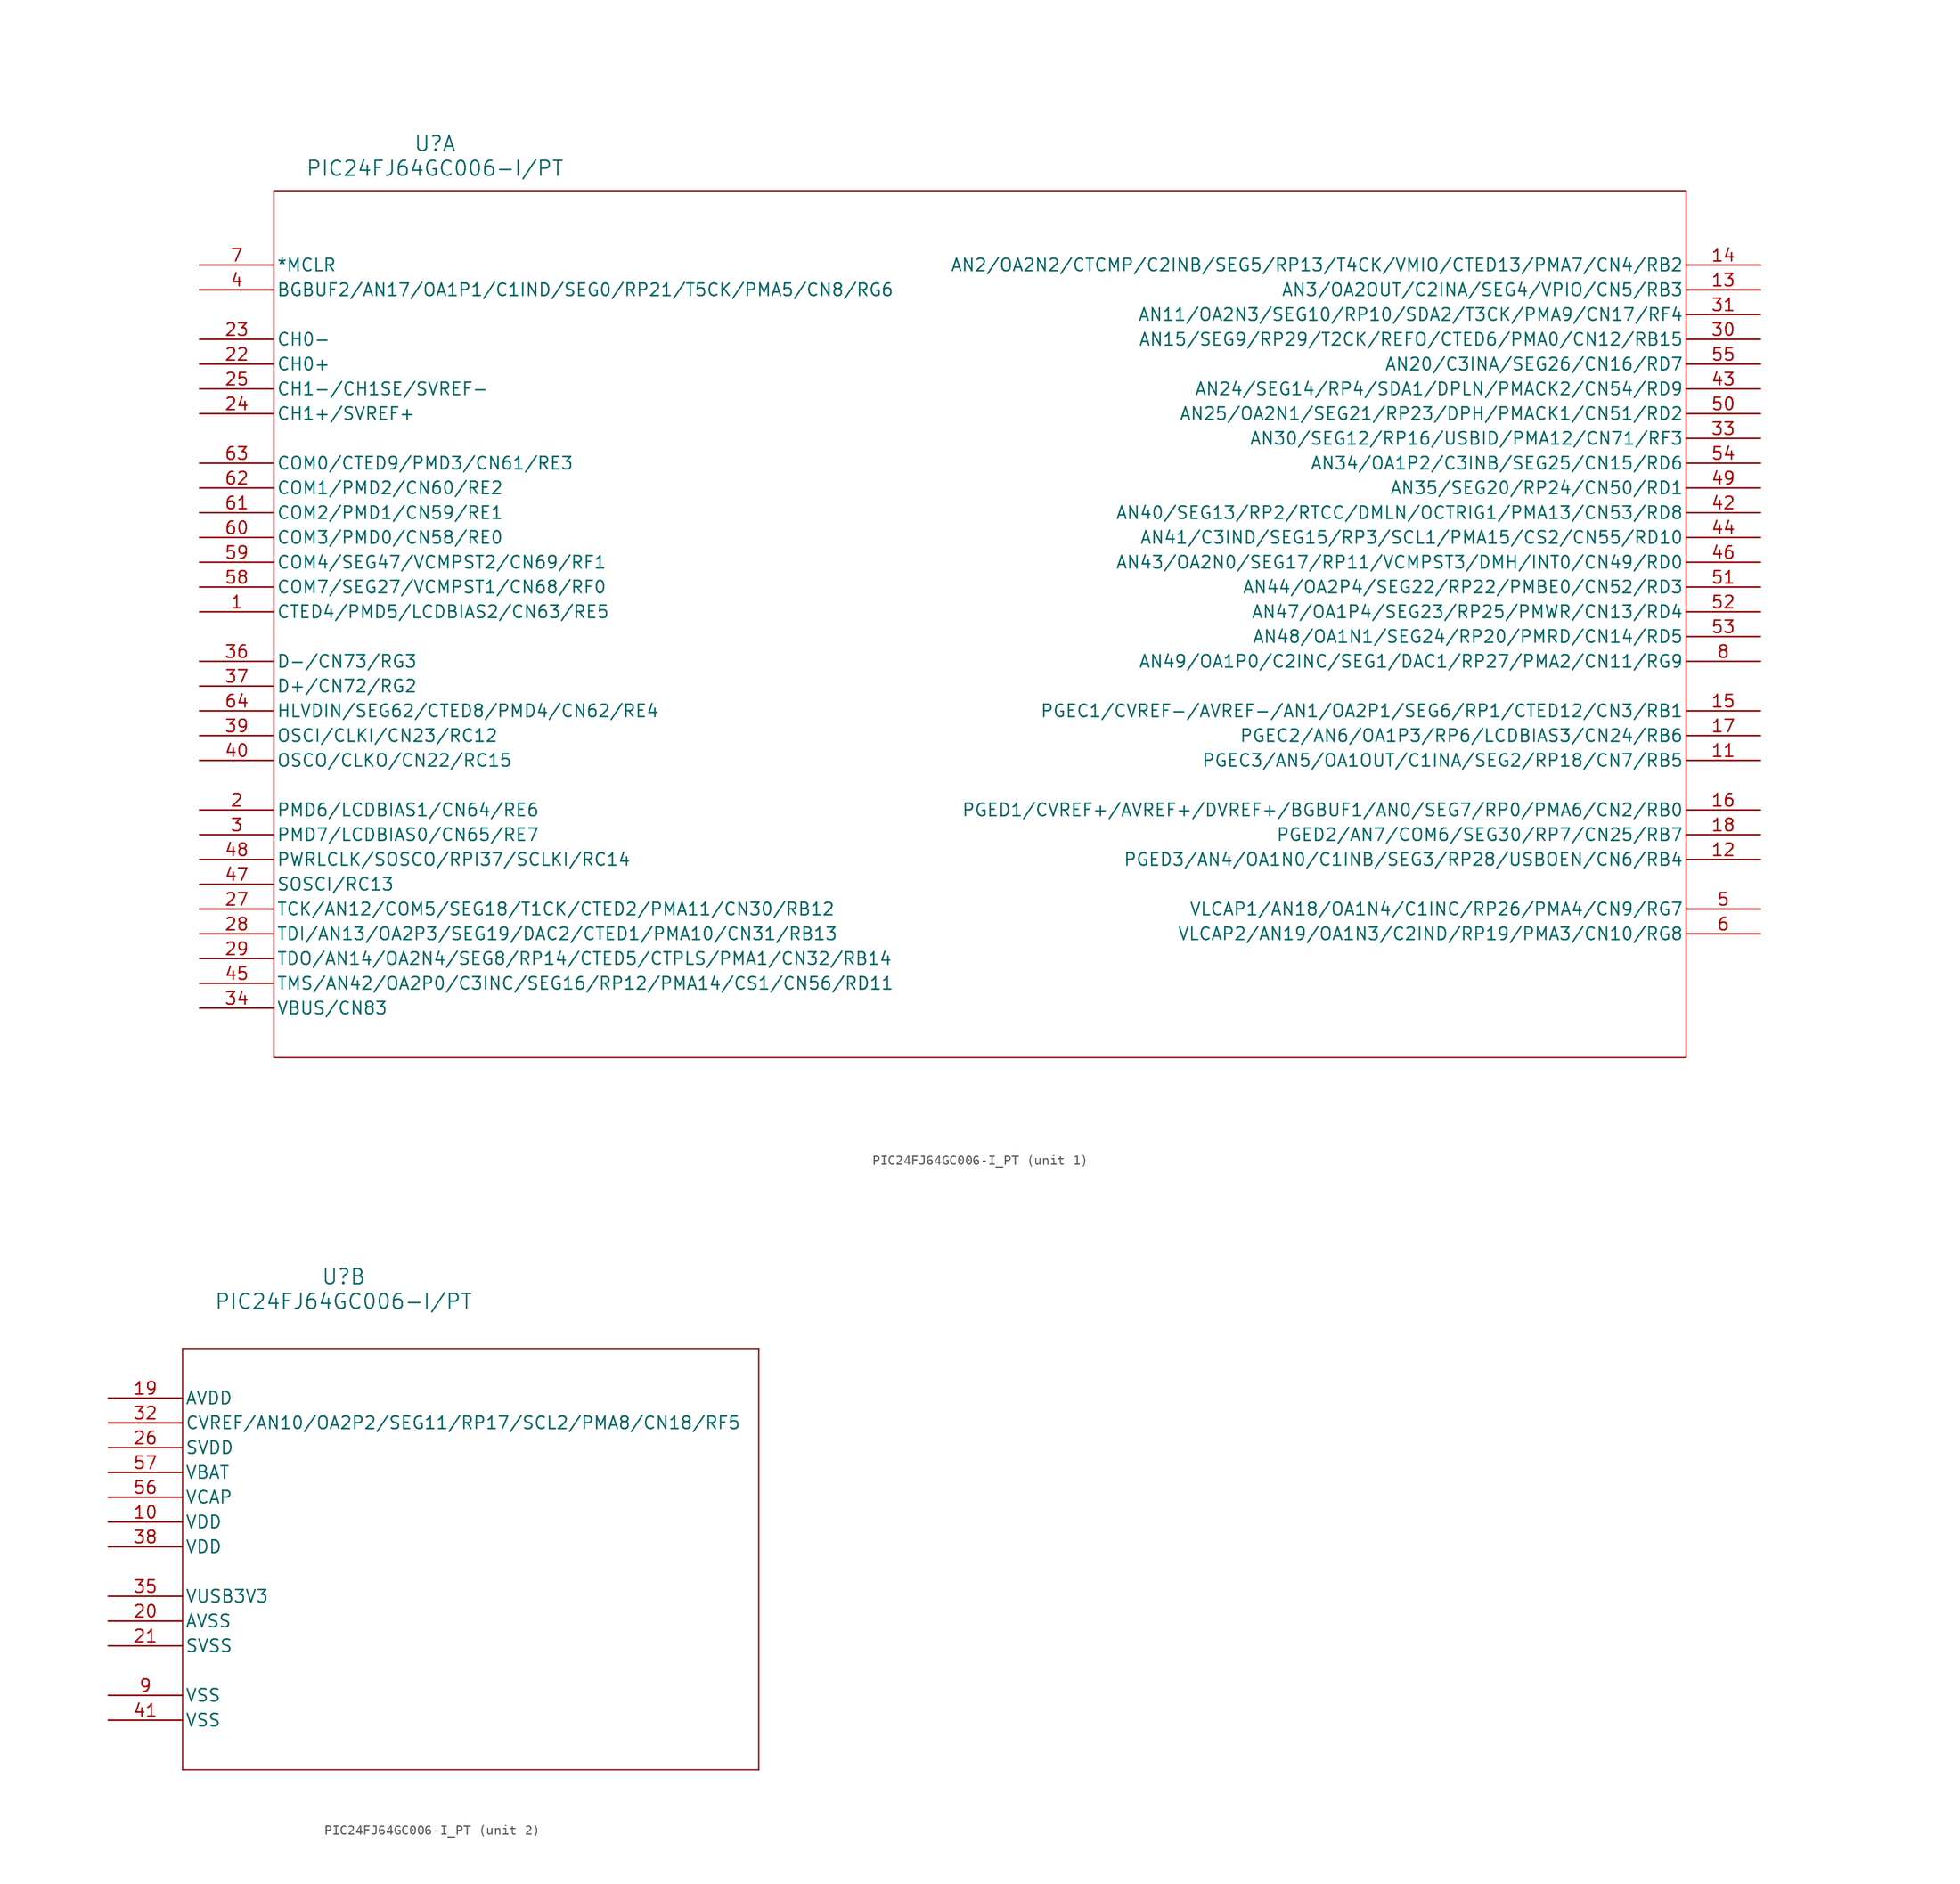
<source format=kicad_sym>
(kicad_symbol_lib
  (version 20231120)
  (generator "kicad_symbol_editor")
  (generator_version "8.0")
  (symbol "PIC24FJ64GC006-I_PT"
    (pin_names
      (offset 0.254))
    (property "Reference" "U"
      (at 24.13 12.446 0)
      (effects (font (size 1.524 1.524))))
    (property "Value" "PIC24FJ64GC006-I/PT"
      (at 24.13 9.906 0)
      (effects (font (size 1.524 1.524))))
    (property "ki_locked" ""
      (at 0 0 0)
      (effects (font (size 1.27 1.27))))
    (symbol "PIC24FJ64GC006-I_PT_1_1"
      (polyline (pts (xy 7.62 -81.28) (xy 152.4 -81.28)) (stroke (width 0.127) (type default)) (fill (type none)))
      (polyline (pts (xy 7.62 7.62) (xy 7.62 -81.28)) (stroke (width 0.127) (type default)) (fill (type none)))
      (polyline (pts (xy 152.4 -81.28) (xy 152.4 7.62)) (stroke (width 0.127) (type default)) (fill (type none)))
      (polyline (pts (xy 152.4 7.62) (xy 7.62 7.62)) (stroke (width 0.127) (type default)) (fill (type none)))
      (pin bidirectional line (at 0 -35.56 0) (length 7.62) (name "CTED4/PMD5/LCDBIAS2/CN63/RE5" (effects (font (size 1.27 1.27)))) (number "1" (effects (font (size 1.27 1.27)))))
      (pin bidirectional line (at 160.02 -50.8 180) (length 7.62) (name "PGEC3/AN5/OA1OUT/C1INA/SEG2/RP18/CN7/RB5" (effects (font (size 1.27 1.27)))) (number "11" (effects (font (size 1.27 1.27)))))
      (pin bidirectional line (at 160.02 -60.96 180) (length 7.62) (name "PGED3/AN4/OA1N0/C1INB/SEG3/RP28/USBOEN/CN6/RB4" (effects (font (size 1.27 1.27)))) (number "12" (effects (font (size 1.27 1.27)))))
      (pin bidirectional line (at 160.02 -2.54 180) (length 7.62) (name "AN3/OA2OUT/C2INA/SEG4/VPIO/CN5/RB3" (effects (font (size 1.27 1.27)))) (number "13" (effects (font (size 1.27 1.27)))))
      (pin bidirectional line (at 160.02 0 180) (length 7.62) (name "AN2/OA2N2/CTCMP/C2INB/SEG5/RP13/T4CK/VMIO/CTED13/PMA7/CN4/RB2" (effects (font (size 1.27 1.27)))) (number "14" (effects (font (size 1.27 1.27)))))
      (pin bidirectional line (at 160.02 -45.72 180) (length 7.62) (name "PGEC1/CVREF-/AVREF-/AN1/OA2P1/SEG6/RP1/CTED12/CN3/RB1" (effects (font (size 1.27 1.27)))) (number "15" (effects (font (size 1.27 1.27)))))
      (pin bidirectional line (at 160.02 -55.88 180) (length 7.62) (name "PGED1/CVREF+/AVREF+/DVREF+/BGBUF1/AN0/SEG7/RP0/PMA6/CN2/RB0" (effects (font (size 1.27 1.27)))) (number "16" (effects (font (size 1.27 1.27)))))
      (pin bidirectional line (at 160.02 -48.26 180) (length 7.62) (name "PGEC2/AN6/OA1P3/RP6/LCDBIAS3/CN24/RB6" (effects (font (size 1.27 1.27)))) (number "17" (effects (font (size 1.27 1.27)))))
      (pin bidirectional line (at 160.02 -58.42 180) (length 7.62) (name "PGED2/AN7/COM6/SEG30/RP7/CN25/RB7" (effects (font (size 1.27 1.27)))) (number "18" (effects (font (size 1.27 1.27)))))
      (pin bidirectional line (at 0 -55.88 0) (length 7.62) (name "PMD6/LCDBIAS1/CN64/RE6" (effects (font (size 1.27 1.27)))) (number "2" (effects (font (size 1.27 1.27)))))
      (pin bidirectional line (at 0 -10.16 0) (length 7.62) (name "CH0+" (effects (font (size 1.27 1.27)))) (number "22" (effects (font (size 1.27 1.27)))))
      (pin bidirectional line (at 0 -7.62 0) (length 7.62) (name "CH0-" (effects (font (size 1.27 1.27)))) (number "23" (effects (font (size 1.27 1.27)))))
      (pin bidirectional line (at 0 -15.24 0) (length 7.62) (name "CH1+/SVREF+" (effects (font (size 1.27 1.27)))) (number "24" (effects (font (size 1.27 1.27)))))
      (pin bidirectional line (at 0 -12.7 0) (length 7.62) (name "CH1-/CH1SE/SVREF-" (effects (font (size 1.27 1.27)))) (number "25" (effects (font (size 1.27 1.27)))))
      (pin bidirectional line (at 0 -66.04 0) (length 7.62) (name "TCK/AN12/COM5/SEG18/T1CK/CTED2/PMA11/CN30/RB12" (effects (font (size 1.27 1.27)))) (number "27" (effects (font (size 1.27 1.27)))))
      (pin bidirectional line (at 0 -68.58 0) (length 7.62) (name "TDI/AN13/OA2P3/SEG19/DAC2/CTED1/PMA10/CN31/RB13" (effects (font (size 1.27 1.27)))) (number "28" (effects (font (size 1.27 1.27)))))
      (pin bidirectional line (at 0 -71.12 0) (length 7.62) (name "TDO/AN14/OA2N4/SEG8/RP14/CTED5/CTPLS/PMA1/CN32/RB14" (effects (font (size 1.27 1.27)))) (number "29" (effects (font (size 1.27 1.27)))))
      (pin bidirectional line (at 0 -58.42 0) (length 7.62) (name "PMD7/LCDBIAS0/CN65/RE7" (effects (font (size 1.27 1.27)))) (number "3" (effects (font (size 1.27 1.27)))))
      (pin bidirectional line (at 160.02 -7.62 180) (length 7.62) (name "AN15/SEG9/RP29/T2CK/REFO/CTED6/PMA0/CN12/RB15" (effects (font (size 1.27 1.27)))) (number "30" (effects (font (size 1.27 1.27)))))
      (pin bidirectional line (at 160.02 -5.08 180) (length 7.62) (name "AN11/OA2N3/SEG10/RP10/SDA2/T3CK/PMA9/CN17/RF4" (effects (font (size 1.27 1.27)))) (number "31" (effects (font (size 1.27 1.27)))))
      (pin bidirectional line (at 160.02 -17.78 180) (length 7.62) (name "AN30/SEG12/RP16/USBID/PMA12/CN71/RF3" (effects (font (size 1.27 1.27)))) (number "33" (effects (font (size 1.27 1.27)))))
      (pin bidirectional line (at 0 -76.2 0) (length 7.62) (name "VBUS/CN83" (effects (font (size 1.27 1.27)))) (number "34" (effects (font (size 1.27 1.27)))))
      (pin bidirectional line (at 0 -40.64 0) (length 7.62) (name "D-/CN73/RG3" (effects (font (size 1.27 1.27)))) (number "36" (effects (font (size 1.27 1.27)))))
      (pin bidirectional line (at 0 -43.18 0) (length 7.62) (name "D+/CN72/RG2" (effects (font (size 1.27 1.27)))) (number "37" (effects (font (size 1.27 1.27)))))
      (pin bidirectional line (at 0 -48.26 0) (length 7.62) (name "OSCI/CLKI/CN23/RC12" (effects (font (size 1.27 1.27)))) (number "39" (effects (font (size 1.27 1.27)))))
      (pin bidirectional line (at 0 -2.54 0) (length 7.62) (name "BGBUF2/AN17/OA1P1/C1IND/SEG0/RP21/T5CK/PMA5/CN8/RG6" (effects (font (size 1.27 1.27)))) (number "4" (effects (font (size 1.27 1.27)))))
      (pin bidirectional line (at 0 -50.8 0) (length 7.62) (name "OSCO/CLKO/CN22/RC15" (effects (font (size 1.27 1.27)))) (number "40" (effects (font (size 1.27 1.27)))))
      (pin bidirectional line (at 160.02 -25.4 180) (length 7.62) (name "AN40/SEG13/RP2/RTCC/DMLN/OCTRIG1/PMA13/CN53/RD8" (effects (font (size 1.27 1.27)))) (number "42" (effects (font (size 1.27 1.27)))))
      (pin bidirectional line (at 160.02 -12.7 180) (length 7.62) (name "AN24/SEG14/RP4/SDA1/DPLN/PMACK2/CN54/RD9" (effects (font (size 1.27 1.27)))) (number "43" (effects (font (size 1.27 1.27)))))
      (pin bidirectional line (at 160.02 -27.94 180) (length 7.62) (name "AN41/C3IND/SEG15/RP3/SCL1/PMA15/CS2/CN55/RD10" (effects (font (size 1.27 1.27)))) (number "44" (effects (font (size 1.27 1.27)))))
      (pin bidirectional line (at 0 -73.66 0) (length 7.62) (name "TMS/AN42/OA2P0/C3INC/SEG16/RP12/PMA14/CS1/CN56/RD11" (effects (font (size 1.27 1.27)))) (number "45" (effects (font (size 1.27 1.27)))))
      (pin bidirectional line (at 160.02 -30.48 180) (length 7.62) (name "AN43/OA2N0/SEG17/RP11/VCMPST3/DMH/INT0/CN49/RD0" (effects (font (size 1.27 1.27)))) (number "46" (effects (font (size 1.27 1.27)))))
      (pin bidirectional line (at 0 -63.5 0) (length 7.62) (name "SOSCI/RC13" (effects (font (size 1.27 1.27)))) (number "47" (effects (font (size 1.27 1.27)))))
      (pin bidirectional line (at 0 -60.96 0) (length 7.62) (name "PWRLCLK/SOSCO/RPI37/SCLKI/RC14" (effects (font (size 1.27 1.27)))) (number "48" (effects (font (size 1.27 1.27)))))
      (pin bidirectional line (at 160.02 -22.86 180) (length 7.62) (name "AN35/SEG20/RP24/CN50/RD1" (effects (font (size 1.27 1.27)))) (number "49" (effects (font (size 1.27 1.27)))))
      (pin bidirectional line (at 160.02 -66.04 180) (length 7.62) (name "VLCAP1/AN18/OA1N4/C1INC/RP26/PMA4/CN9/RG7" (effects (font (size 1.27 1.27)))) (number "5" (effects (font (size 1.27 1.27)))))
      (pin bidirectional line (at 160.02 -15.24 180) (length 7.62) (name "AN25/OA2N1/SEG21/RP23/DPH/PMACK1/CN51/RD2" (effects (font (size 1.27 1.27)))) (number "50" (effects (font (size 1.27 1.27)))))
      (pin bidirectional line (at 160.02 -33.02 180) (length 7.62) (name "AN44/OA2P4/SEG22/RP22/PMBE0/CN52/RD3" (effects (font (size 1.27 1.27)))) (number "51" (effects (font (size 1.27 1.27)))))
      (pin bidirectional line (at 160.02 -35.56 180) (length 7.62) (name "AN47/OA1P4/SEG23/RP25/PMWR/CN13/RD4" (effects (font (size 1.27 1.27)))) (number "52" (effects (font (size 1.27 1.27)))))
      (pin bidirectional line (at 160.02 -38.1 180) (length 7.62) (name "AN48/OA1N1/SEG24/RP20/PMRD/CN14/RD5" (effects (font (size 1.27 1.27)))) (number "53" (effects (font (size 1.27 1.27)))))
      (pin bidirectional line (at 160.02 -20.32 180) (length 7.62) (name "AN34/OA1P2/C3INB/SEG25/CN15/RD6" (effects (font (size 1.27 1.27)))) (number "54" (effects (font (size 1.27 1.27)))))
      (pin bidirectional line (at 160.02 -10.16 180) (length 7.62) (name "AN20/C3INA/SEG26/CN16/RD7" (effects (font (size 1.27 1.27)))) (number "55" (effects (font (size 1.27 1.27)))))
      (pin bidirectional line (at 0 -33.02 0) (length 7.62) (name "COM7/SEG27/VCMPST1/CN68/RF0" (effects (font (size 1.27 1.27)))) (number "58" (effects (font (size 1.27 1.27)))))
      (pin bidirectional line (at 0 -30.48 0) (length 7.62) (name "COM4/SEG47/VCMPST2/CN69/RF1" (effects (font (size 1.27 1.27)))) (number "59" (effects (font (size 1.27 1.27)))))
      (pin bidirectional line (at 160.02 -68.58 180) (length 7.62) (name "VLCAP2/AN19/OA1N3/C2IND/RP19/PMA3/CN10/RG8" (effects (font (size 1.27 1.27)))) (number "6" (effects (font (size 1.27 1.27)))))
      (pin bidirectional line (at 0 -27.94 0) (length 7.62) (name "COM3/PMD0/CN58/RE0" (effects (font (size 1.27 1.27)))) (number "60" (effects (font (size 1.27 1.27)))))
      (pin bidirectional line (at 0 -25.4 0) (length 7.62) (name "COM2/PMD1/CN59/RE1" (effects (font (size 1.27 1.27)))) (number "61" (effects (font (size 1.27 1.27)))))
      (pin bidirectional line (at 0 -22.86 0) (length 7.62) (name "COM1/PMD2/CN60/RE2" (effects (font (size 1.27 1.27)))) (number "62" (effects (font (size 1.27 1.27)))))
      (pin bidirectional line (at 0 -20.32 0) (length 7.62) (name "COM0/CTED9/PMD3/CN61/RE3" (effects (font (size 1.27 1.27)))) (number "63" (effects (font (size 1.27 1.27)))))
      (pin bidirectional line (at 0 -45.72 0) (length 7.62) (name "HLVDIN/SEG62/CTED8/PMD4/CN62/RE4" (effects (font (size 1.27 1.27)))) (number "64" (effects (font (size 1.27 1.27)))))
      (pin bidirectional line (at 0 0 0) (length 7.62) (name "*MCLR" (effects (font (size 1.27 1.27)))) (number "7" (effects (font (size 1.27 1.27)))))
      (pin bidirectional line (at 160.02 -40.64 180) (length 7.62) (name "AN49/OA1P0/C2INC/SEG1/DAC1/RP27/PMA2/CN11/RG9" (effects (font (size 1.27 1.27)))) (number "8" (effects (font (size 1.27 1.27))))))
    (symbol "PIC24FJ64GC006-I_PT_2_1"
      (polyline (pts (xy 7.62 -38.1) (xy 66.675 -38.1)) (stroke (width 0.127) (type default)) (fill (type none)))
      (polyline (pts (xy 7.62 5.08) (xy 7.62 -38.1)) (stroke (width 0.127) (type default)) (fill (type none)))
      (polyline (pts (xy 66.675 -38.1) (xy 66.675 5.08)) (stroke (width 0.127) (type default)) (fill (type none)))
      (polyline (pts (xy 66.675 5.08) (xy 7.62 5.08)) (stroke (width 0.127) (type default)) (fill (type none)))
      (pin power_in line (at 0 -12.7 0) (length 7.62) (name "VDD" (effects (font (size 1.27 1.27)))) (number "10" (effects (font (size 1.27 1.27)))))
      (pin power_in line (at 0 0 0) (length 7.62) (name "AVDD" (effects (font (size 1.27 1.27)))) (number "19" (effects (font (size 1.27 1.27)))))
      (pin power_in line (at 0 -22.86 0) (length 7.62) (name "AVSS" (effects (font (size 1.27 1.27)))) (number "20" (effects (font (size 1.27 1.27)))))
      (pin power_in line (at 0 -25.4 0) (length 7.62) (name "SVSS" (effects (font (size 1.27 1.27)))) (number "21" (effects (font (size 1.27 1.27)))))
      (pin power_in line (at 0 -5.08 0) (length 7.62) (name "SVDD" (effects (font (size 1.27 1.27)))) (number "26" (effects (font (size 1.27 1.27)))))
      (pin bidirectional line (at 0 -2.54 0) (length 7.62) (name "CVREF/AN10/OA2P2/SEG11/RP17/SCL2/PMA8/CN18/RF5" (effects (font (size 1.27 1.27)))) (number "32" (effects (font (size 1.27 1.27)))))
      (pin power_in line (at 0 -20.32 0) (length 7.62) (name "VUSB3V3" (effects (font (size 1.27 1.27)))) (number "35" (effects (font (size 1.27 1.27)))))
      (pin power_in line (at 0 -15.24 0) (length 7.62) (name "VDD" (effects (font (size 1.27 1.27)))) (number "38" (effects (font (size 1.27 1.27)))))
      (pin power_in line (at 0 -33.02 0) (length 7.62) (name "VSS" (effects (font (size 1.27 1.27)))) (number "41" (effects (font (size 1.27 1.27)))))
      (pin power_in line (at 0 -10.16 0) (length 7.62) (name "VCAP" (effects (font (size 1.27 1.27)))) (number "56" (effects (font (size 1.27 1.27)))))
      (pin power_in line (at 0 -7.62 0) (length 7.62) (name "VBAT" (effects (font (size 1.27 1.27)))) (number "57" (effects (font (size 1.27 1.27)))))
      (pin power_in line (at 0 -30.48 0) (length 7.62) (name "VSS" (effects (font (size 1.27 1.27)))) (number "9" (effects (font (size 1.27 1.27))))))))
</source>
